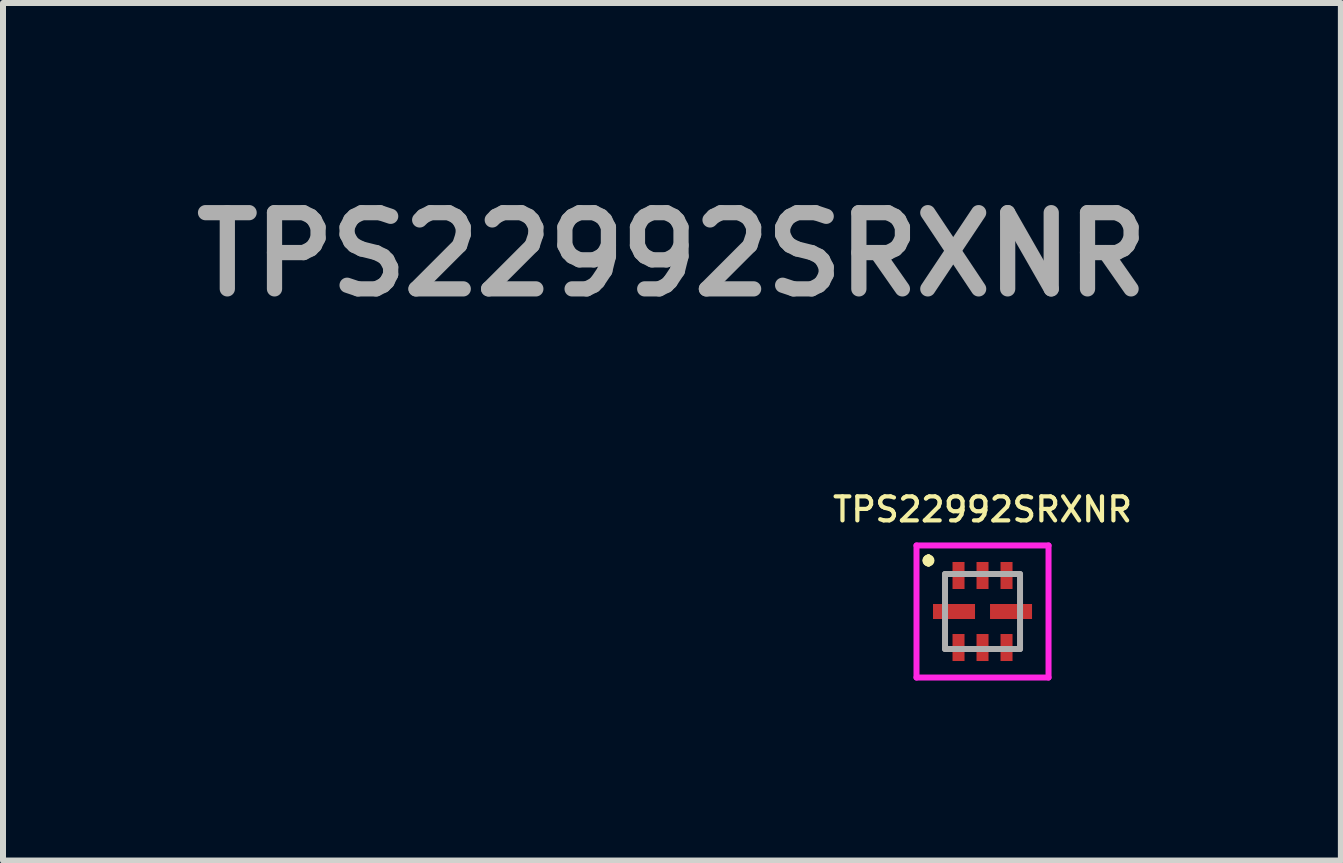
<source format=kicad_pcb>
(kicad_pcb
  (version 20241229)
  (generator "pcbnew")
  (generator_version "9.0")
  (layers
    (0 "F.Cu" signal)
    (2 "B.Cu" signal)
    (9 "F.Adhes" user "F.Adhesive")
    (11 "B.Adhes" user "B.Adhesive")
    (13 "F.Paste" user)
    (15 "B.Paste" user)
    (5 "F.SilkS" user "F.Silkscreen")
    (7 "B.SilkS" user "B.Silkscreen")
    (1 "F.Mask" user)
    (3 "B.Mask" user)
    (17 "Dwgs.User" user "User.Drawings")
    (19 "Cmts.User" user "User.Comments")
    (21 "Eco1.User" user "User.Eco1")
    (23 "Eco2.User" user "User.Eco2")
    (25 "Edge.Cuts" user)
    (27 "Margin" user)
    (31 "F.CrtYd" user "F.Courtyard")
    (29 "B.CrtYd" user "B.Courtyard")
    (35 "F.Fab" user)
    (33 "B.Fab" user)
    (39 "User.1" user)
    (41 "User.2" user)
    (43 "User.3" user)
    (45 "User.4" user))
  (footprint "TPS22992SRXNR"
    (layer "F.Cu")
    (at 13.321 7.139)
    (property "Reference" "TPS22992SRXNR" (at 0 -1.7 0) (layer "F.SilkS") (effects (font (size 0.4 0.4) (thickness 0.07) (bold yes))))
    (attr smd)
    (fp_line (start -0.9 -0.9) (end -0.9 -0.9) (stroke (width 0.1) (type solid)) (layer "F.SilkS"))
    (fp_line (start -0.9 -0.9) (end -0.9 -0.9) (stroke (width 0.1) (type solid)) (layer "F.SilkS"))
    (fp_line (start -0.9 -0.8) (end -0.9 -0.8) (stroke (width 0.1) (type solid)) (layer "F.SilkS"))
    (fp_arc (start -0.9 -0.9) (mid -0.85 -0.85) (end -0.9 -0.8) (stroke (width 0.1) (type solid)) (layer "F.SilkS"))
    (fp_arc (start -0.9 -0.8) (mid -0.95 -0.85) (end -0.9 -0.9) (stroke (width 0.1) (type solid)) (layer "F.SilkS"))
    (fp_arc (start -0.9 -0.8) (mid -0.95 -0.85) (end -0.9 -0.9) (stroke (width 0.1) (type solid)) (layer "F.SilkS"))
    (fp_line (start -1.1 -1.1) (end 1.1 -1.1) (stroke (width 0.1) (type solid)) (layer "F.CrtYd"))
    (fp_line (start -1.1 1.1) (end -1.1 -1.1) (stroke (width 0.1) (type solid)) (layer "F.CrtYd"))
    (fp_line (start 1.1 -1.1) (end 1.1 1.1) (stroke (width 0.1) (type solid)) (layer "F.CrtYd"))
    (fp_line (start 1.1 1.1) (end -1.1 1.1) (stroke (width 0.1) (type solid)) (layer "F.CrtYd"))
    (fp_line (start -0.625 -0.625) (end -0.625 0.625) (stroke (width 0.1) (type solid)) (layer "F.Fab"))
    (fp_line (start -0.625 0.625) (end 0.625 0.625) (stroke (width 0.1) (type solid)) (layer "F.Fab"))
    (fp_line (start 0.625 -0.625) (end -0.625 -0.625) (stroke (width 0.1) (type solid)) (layer "F.Fab"))
    (fp_line (start 0.625 0.625) (end 0.625 -0.625) (stroke (width 0.1) (type solid)) (layer "F.Fab"))
    (fp_text user "${REFERENCE}" (at -5.175 -5.95 0) (layer "F.Fab") (effects (font (size 1.27 1.27) (thickness 0.254))))
    (pad "1" smd rect (at -0.4 -0.6) (size 0.2 0.45) (layers "F.Cu" "F.Mask" "F.Paste"))
    (pad "2" smd rect (at -0.475 0 90) (size 0.25 0.7) (layers "F.Cu" "F.Mask" "F.Paste"))
    (pad "3" smd rect (at -0.4 0.6) (size 0.2 0.45) (layers "F.Cu" "F.Mask" "F.Paste"))
    (pad "4" smd rect (at 0 0.6) (size 0.2 0.45) (layers "F.Cu" "F.Mask" "F.Paste"))
    (pad "5" smd rect (at 0.4 0.6) (size 0.2 0.45) (layers "F.Cu" "F.Mask" "F.Paste"))
    (pad "6" smd rect (at 0.475 0 90) (size 0.25 0.7) (layers "F.Cu" "F.Mask" "F.Paste"))
    (pad "7" smd rect (at 0.4 -0.6) (size 0.2 0.45) (layers "F.Cu" "F.Mask" "F.Paste"))
    (pad "8" smd rect (at 0 -0.6) (size 0.2 0.45) (layers "F.Cu" "F.Mask" "F.Paste")))
  (gr_rect
    (start -3 -3)
    (end 19.292 11.289)
    (stroke (width 0.1) (type default))
    (fill no)
    (layer "Edge.Cuts")))
</source>
